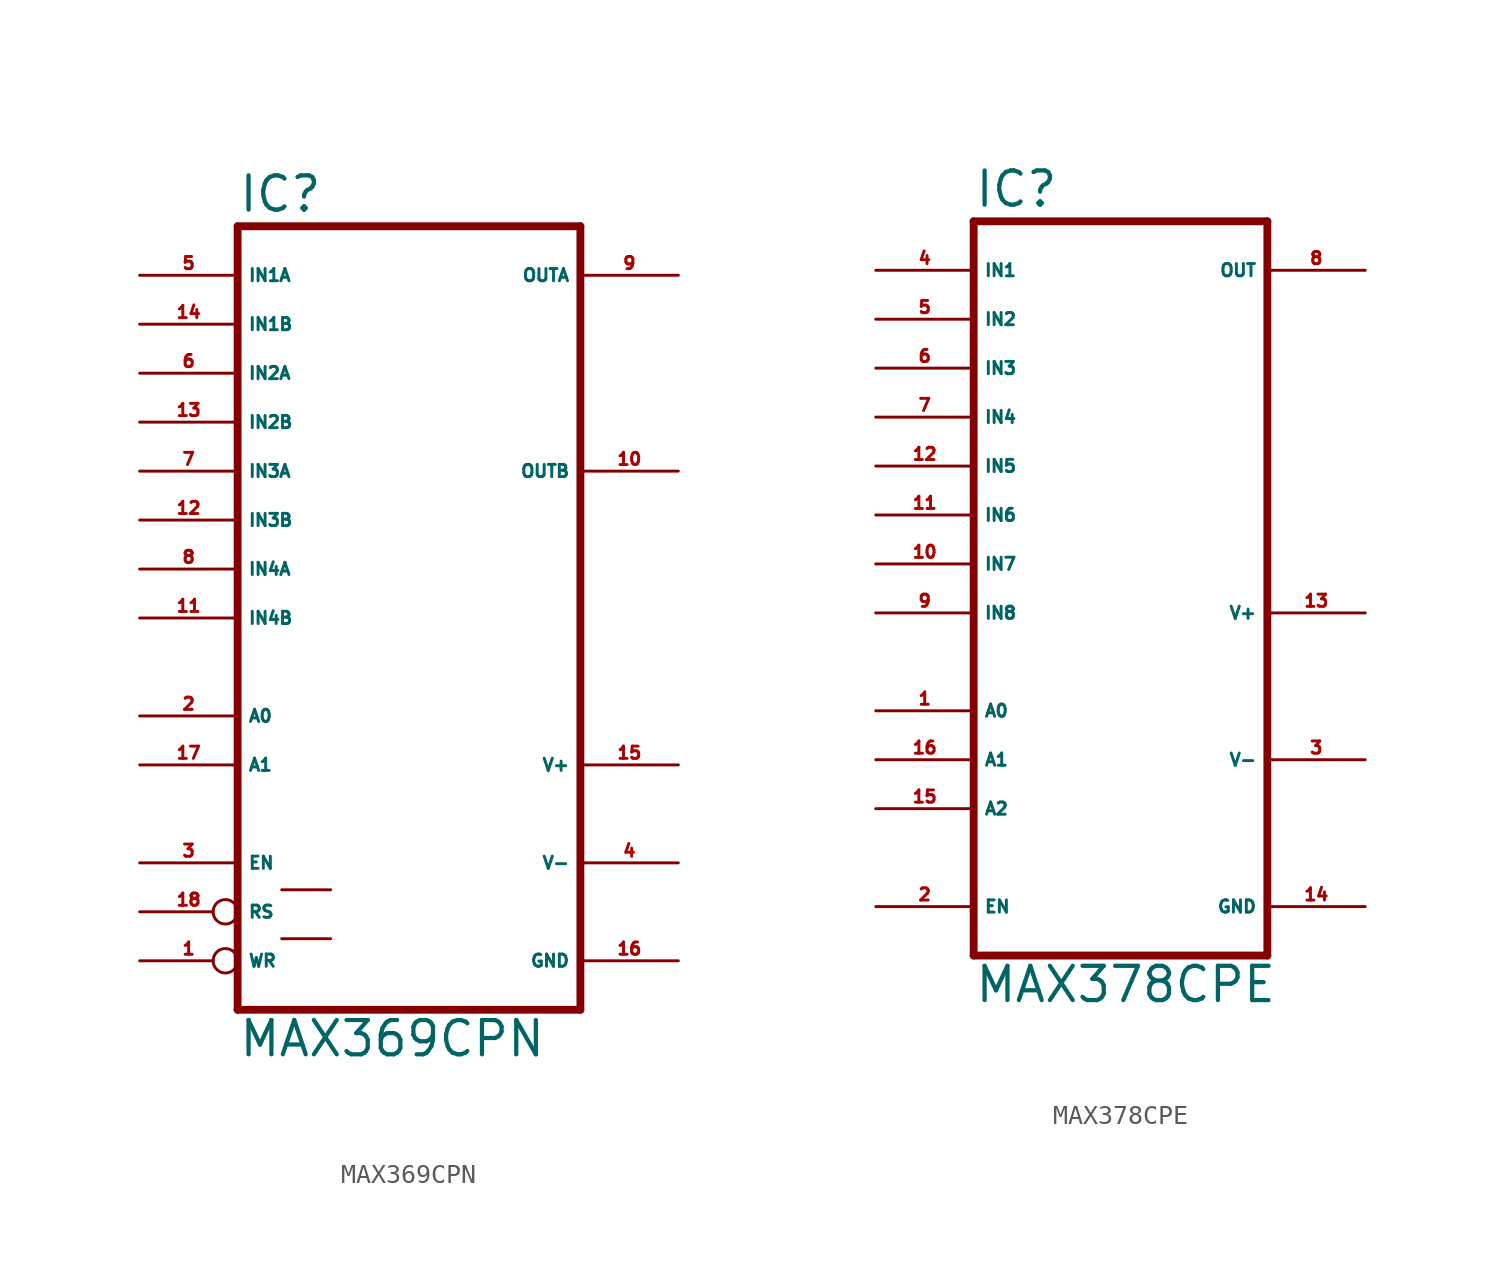
<source format=kicad_sym>
(kicad_symbol_lib
  (version 20220914)
  (generator Eagle2Kicad)
  (symbol "MAX369CPN"
    (property "Reference" "IC"
      (at -10.16 20.955 0)
      (effects (font (size 1.778 1.778) (thickness 0.22)) (justify left bottom)))
    (property "Value" "MAX369CPN"
      (at -10.16 -22.86 0)
      (effects (font (size 1.778 1.778) (thickness 0.22)) (justify left bottom)))
    (polyline
      (pts (xy 7.62 -20.32) (xy -10.16 -20.32))
      (stroke (width 0.406) (type default))
      (fill (type none)))
    (polyline
      (pts (xy -10.16 20.32) (xy -10.16 -20.32))
      (stroke (width 0.406) (type default))
      (fill (type none)))
    (polyline
      (pts (xy -10.16 20.32) (xy 7.62 20.32))
      (stroke (width 0.406) (type default))
      (fill (type none)))
    (polyline
      (pts (xy 7.62 -20.32) (xy 7.62 20.32))
      (stroke (width 0.406) (type default))
      (fill (type none)))
    (polyline
      (pts (xy -7.874 -16.637) (xy -5.334 -16.637))
      (stroke (width 0.152) (type default))
      (fill (type none)))
    (polyline
      (pts (xy -7.874 -14.097) (xy -5.334 -14.097))
      (stroke (width 0.152) (type default))
      (fill (type none)))
    (pin passive line
      (at -15.24 7.62 0)
      (length 5.08)
      (name "IN3A" (effects (font (size 0.635 0.635) (thickness 0.08)) (justify left bottom)))
      (number "7" (effects (font (size 0.635 0.635) (thickness 0.08)) (justify left bottom))))
    (pin passive line
      (at -15.24 5.08 0)
      (length 5.08)
      (name "IN3B" (effects (font (size 0.635 0.635) (thickness 0.08)) (justify left bottom)))
      (number "12" (effects (font (size 0.635 0.635) (thickness 0.08)) (justify left bottom))))
    (pin passive line
      (at -15.24 2.54 0)
      (length 5.08)
      (name "IN4A" (effects (font (size 0.635 0.635) (thickness 0.08)) (justify left bottom)))
      (number "8" (effects (font (size 0.635 0.635) (thickness 0.08)) (justify left bottom))))
    (pin passive line
      (at -15.24 0 0)
      (length 5.08)
      (name "IN4B" (effects (font (size 0.635 0.635) (thickness 0.08)) (justify left bottom)))
      (number "11" (effects (font (size 0.635 0.635) (thickness 0.08)) (justify left bottom))))
    (pin passive line
      (at -15.24 17.78 0)
      (length 5.08)
      (name "IN1A" (effects (font (size 0.635 0.635) (thickness 0.08)) (justify left bottom)))
      (number "5" (effects (font (size 0.635 0.635) (thickness 0.08)) (justify left bottom))))
    (pin passive line
      (at -15.24 15.24 0)
      (length 5.08)
      (name "IN1B" (effects (font (size 0.635 0.635) (thickness 0.08)) (justify left bottom)))
      (number "14" (effects (font (size 0.635 0.635) (thickness 0.08)) (justify left bottom))))
    (pin passive line
      (at -15.24 12.7 0)
      (length 5.08)
      (name "IN2A" (effects (font (size 0.635 0.635) (thickness 0.08)) (justify left bottom)))
      (number "6" (effects (font (size 0.635 0.635) (thickness 0.08)) (justify left bottom))))
    (pin passive line
      (at -15.24 10.16 0)
      (length 5.08)
      (name "IN2B" (effects (font (size 0.635 0.635) (thickness 0.08)) (justify left bottom)))
      (number "13" (effects (font (size 0.635 0.635) (thickness 0.08)) (justify left bottom))))
    (pin passive line
      (at 12.7 17.78 180)
      (length 5.08)
      (name "OUTA" (effects (font (size 0.635 0.635) (thickness 0.08)) (justify left bottom)))
      (number "9" (effects (font (size 0.635 0.635) (thickness 0.08)) (justify left bottom))))
    (pin unspecified line
      (at 12.7 -17.78 180)
      (length 5.08)
      (name "GND" (effects (font (size 0.635 0.635) (thickness 0.08)) (justify left bottom)))
      (number "16" (effects (font (size 0.635 0.635) (thickness 0.08)) (justify left bottom))))
    (pin unspecified line
      (at 12.7 -12.7 180)
      (length 5.08)
      (name "V-" (effects (font (size 0.635 0.635) (thickness 0.08)) (justify left bottom)))
      (number "4" (effects (font (size 0.635 0.635) (thickness 0.08)) (justify left bottom))))
    (pin unspecified line
      (at 12.7 -7.62 180)
      (length 5.08)
      (name "V+" (effects (font (size 0.635 0.635) (thickness 0.08)) (justify left bottom)))
      (number "15" (effects (font (size 0.635 0.635) (thickness 0.08)) (justify left bottom))))
    (pin input inverted
      (at -15.24 -17.78 0)
      (length 5.08)
      (name "WR" (effects (font (size 0.635 0.635) (thickness 0.08)) (justify left bottom)))
      (number "1" (effects (font (size 0.635 0.635) (thickness 0.08)) (justify left bottom))))
    (pin input line
      (at -15.24 -12.7 0)
      (length 5.08)
      (name "EN" (effects (font (size 0.635 0.635) (thickness 0.08)) (justify left bottom)))
      (number "3" (effects (font (size 0.635 0.635) (thickness 0.08)) (justify left bottom))))
    (pin input line
      (at -15.24 -7.62 0)
      (length 5.08)
      (name "A1" (effects (font (size 0.635 0.635) (thickness 0.08)) (justify left bottom)))
      (number "17" (effects (font (size 0.635 0.635) (thickness 0.08)) (justify left bottom))))
    (pin input line
      (at -15.24 -5.08 0)
      (length 5.08)
      (name "A0" (effects (font (size 0.635 0.635) (thickness 0.08)) (justify left bottom)))
      (number "2" (effects (font (size 0.635 0.635) (thickness 0.08)) (justify left bottom))))
    (pin input inverted
      (at -15.24 -15.24 0)
      (length 5.08)
      (name "RS" (effects (font (size 0.635 0.635) (thickness 0.08)) (justify left bottom)))
      (number "18" (effects (font (size 0.635 0.635) (thickness 0.08)) (justify left bottom))))
    (pin passive line
      (at 12.7 7.62 180)
      (length 5.08)
      (name "OUTB" (effects (font (size 0.635 0.635) (thickness 0.08)) (justify left bottom)))
      (number "10" (effects (font (size 0.635 0.635) (thickness 0.08)) (justify left bottom)))))
  (symbol "MAX378CPE"
    (property "Reference" "IC"
      (at -7.62 18.415 0)
      (effects (font (size 1.778 1.778) (thickness 0.22)) (justify left bottom)))
    (property "Value" "MAX378CPE"
      (at -7.62 -22.86 0)
      (effects (font (size 1.778 1.778) (thickness 0.22)) (justify left bottom)))
    (polyline
      (pts (xy 7.62 -20.32) (xy -7.62 -20.32))
      (stroke (width 0.406) (type default))
      (fill (type none)))
    (polyline
      (pts (xy -7.62 17.78) (xy -7.62 -20.32))
      (stroke (width 0.406) (type default))
      (fill (type none)))
    (polyline
      (pts (xy -7.62 17.78) (xy 7.62 17.78))
      (stroke (width 0.406) (type default))
      (fill (type none)))
    (polyline
      (pts (xy 7.62 -20.32) (xy 7.62 17.78))
      (stroke (width 0.406) (type default))
      (fill (type none)))
    (pin passive line
      (at -12.7 5.08 0)
      (length 5.08)
      (name "IN5" (effects (font (size 0.635 0.635) (thickness 0.08)) (justify left bottom)))
      (number "12" (effects (font (size 0.635 0.635) (thickness 0.08)) (justify left bottom))))
    (pin passive line
      (at -12.7 2.54 0)
      (length 5.08)
      (name "IN6" (effects (font (size 0.635 0.635) (thickness 0.08)) (justify left bottom)))
      (number "11" (effects (font (size 0.635 0.635) (thickness 0.08)) (justify left bottom))))
    (pin passive line
      (at -12.7 0 0)
      (length 5.08)
      (name "IN7" (effects (font (size 0.635 0.635) (thickness 0.08)) (justify left bottom)))
      (number "10" (effects (font (size 0.635 0.635) (thickness 0.08)) (justify left bottom))))
    (pin passive line
      (at -12.7 -2.54 0)
      (length 5.08)
      (name "IN8" (effects (font (size 0.635 0.635) (thickness 0.08)) (justify left bottom)))
      (number "9" (effects (font (size 0.635 0.635) (thickness 0.08)) (justify left bottom))))
    (pin passive line
      (at -12.7 15.24 0)
      (length 5.08)
      (name "IN1" (effects (font (size 0.635 0.635) (thickness 0.08)) (justify left bottom)))
      (number "4" (effects (font (size 0.635 0.635) (thickness 0.08)) (justify left bottom))))
    (pin passive line
      (at -12.7 12.7 0)
      (length 5.08)
      (name "IN2" (effects (font (size 0.635 0.635) (thickness 0.08)) (justify left bottom)))
      (number "5" (effects (font (size 0.635 0.635) (thickness 0.08)) (justify left bottom))))
    (pin passive line
      (at -12.7 10.16 0)
      (length 5.08)
      (name "IN3" (effects (font (size 0.635 0.635) (thickness 0.08)) (justify left bottom)))
      (number "6" (effects (font (size 0.635 0.635) (thickness 0.08)) (justify left bottom))))
    (pin passive line
      (at -12.7 7.62 0)
      (length 5.08)
      (name "IN4" (effects (font (size 0.635 0.635) (thickness 0.08)) (justify left bottom)))
      (number "7" (effects (font (size 0.635 0.635) (thickness 0.08)) (justify left bottom))))
    (pin passive line
      (at 12.7 15.24 180)
      (length 5.08)
      (name "OUT" (effects (font (size 0.635 0.635) (thickness 0.08)) (justify left bottom)))
      (number "8" (effects (font (size 0.635 0.635) (thickness 0.08)) (justify left bottom))))
    (pin unspecified line
      (at 12.7 -17.78 180)
      (length 5.08)
      (name "GND" (effects (font (size 0.635 0.635) (thickness 0.08)) (justify left bottom)))
      (number "14" (effects (font (size 0.635 0.635) (thickness 0.08)) (justify left bottom))))
    (pin unspecified line
      (at 12.7 -10.16 180)
      (length 5.08)
      (name "V-" (effects (font (size 0.635 0.635) (thickness 0.08)) (justify left bottom)))
      (number "3" (effects (font (size 0.635 0.635) (thickness 0.08)) (justify left bottom))))
    (pin unspecified line
      (at 12.7 -2.54 180)
      (length 5.08)
      (name "V+" (effects (font (size 0.635 0.635) (thickness 0.08)) (justify left bottom)))
      (number "13" (effects (font (size 0.635 0.635) (thickness 0.08)) (justify left bottom))))
    (pin input line
      (at -12.7 -17.78 0)
      (length 5.08)
      (name "EN" (effects (font (size 0.635 0.635) (thickness 0.08)) (justify left bottom)))
      (number "2" (effects (font (size 0.635 0.635) (thickness 0.08)) (justify left bottom))))
    (pin input line
      (at -12.7 -10.16 0)
      (length 5.08)
      (name "A1" (effects (font (size 0.635 0.635) (thickness 0.08)) (justify left bottom)))
      (number "16" (effects (font (size 0.635 0.635) (thickness 0.08)) (justify left bottom))))
    (pin input line
      (at -12.7 -7.62 0)
      (length 5.08)
      (name "A0" (effects (font (size 0.635 0.635) (thickness 0.08)) (justify left bottom)))
      (number "1" (effects (font (size 0.635 0.635) (thickness 0.08)) (justify left bottom))))
    (pin input line
      (at -12.7 -12.7 0)
      (length 5.08)
      (name "A2" (effects (font (size 0.635 0.635) (thickness 0.08)) (justify left bottom)))
      (number "15" (effects (font (size 0.635 0.635) (thickness 0.08)) (justify left bottom))))))
</source>
